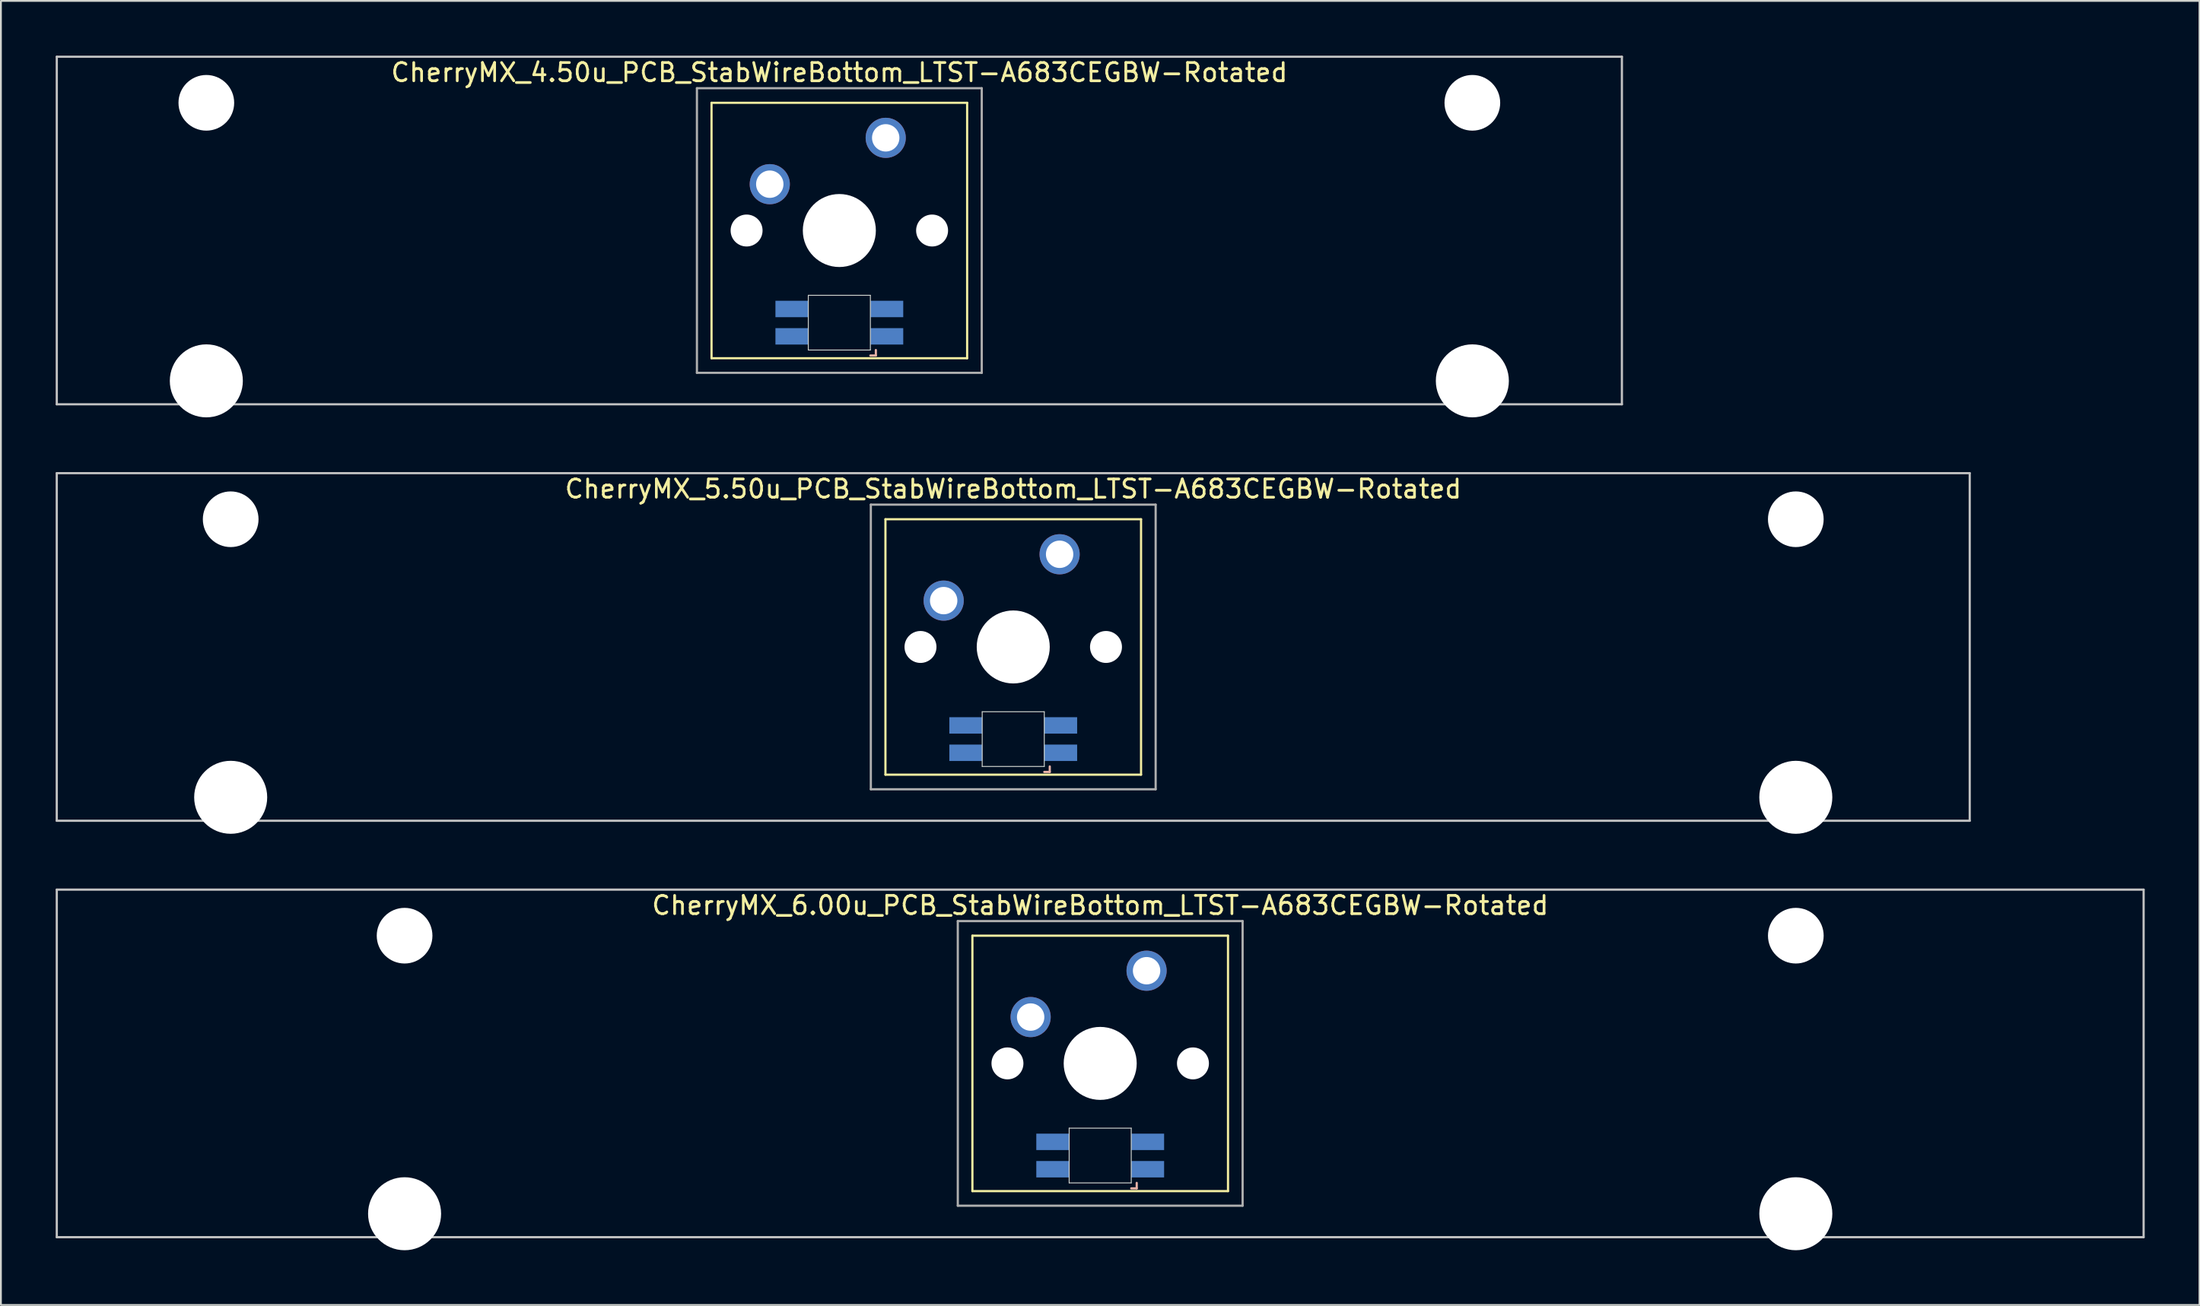
<source format=kicad_pcb>
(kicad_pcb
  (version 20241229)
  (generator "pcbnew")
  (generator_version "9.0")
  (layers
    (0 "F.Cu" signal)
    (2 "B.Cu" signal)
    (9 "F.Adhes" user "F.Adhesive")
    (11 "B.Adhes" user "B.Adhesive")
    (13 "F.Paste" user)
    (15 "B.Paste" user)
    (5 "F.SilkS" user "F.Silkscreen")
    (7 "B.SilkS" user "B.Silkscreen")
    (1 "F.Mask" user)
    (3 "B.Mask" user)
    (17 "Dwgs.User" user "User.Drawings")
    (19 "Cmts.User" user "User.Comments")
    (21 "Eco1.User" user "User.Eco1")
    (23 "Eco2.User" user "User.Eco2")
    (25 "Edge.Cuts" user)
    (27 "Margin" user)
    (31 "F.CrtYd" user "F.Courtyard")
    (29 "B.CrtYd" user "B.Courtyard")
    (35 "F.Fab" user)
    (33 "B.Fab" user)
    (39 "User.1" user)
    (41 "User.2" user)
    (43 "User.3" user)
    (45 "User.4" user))
  (footprint "CherryMX_6.00u_PCB_StabWireBottom_LTST-A683CEGBW-Rotated"
    (layer "F.Cu")
    (at 57.21 55.235)
    (property "Reference" "CherryMX_6.00u_PCB_StabWireBottom_LTST-A683CEGBW-Rotated" (at 0 -8.662 0) (layer "F.SilkS") (effects (font (size 1 1) (thickness 0.15))))
    (attr through_hole)
    (fp_line (start -7 -7) (end -7 7) (stroke (width 0.12) (type solid)) (layer "F.SilkS"))
    (fp_line (start -7 -7) (end 7 -7) (stroke (width 0.12) (type solid)) (layer "F.SilkS"))
    (fp_line (start 7 -7) (end 7 7) (stroke (width 0.12) (type solid)) (layer "F.SilkS"))
    (fp_line (start 7 7) (end -7 7) (stroke (width 0.12) (type solid)) (layer "F.SilkS"))
    (fp_line (start 1.7 6.85) (end 2 6.85) (stroke (width 0.12) (type solid)) (layer "B.SilkS"))
    (fp_line (start 2 6.85) (end 2 6.55) (stroke (width 0.12) (type solid)) (layer "B.SilkS"))
    (fp_line (start -57.15 -9.525) (end 57.15 -9.525) (stroke (width 0.12) (type solid)) (layer "Dwgs.User"))
    (fp_line (start -57.15 9.525) (end -57.15 -9.525) (stroke (width 0.12) (type solid)) (layer "Dwgs.User"))
    (fp_line (start 57.15 -9.525) (end 57.15 9.525) (stroke (width 0.12) (type solid)) (layer "Dwgs.User"))
    (fp_line (start 57.15 9.525) (end -57.15 9.525) (stroke (width 0.12) (type solid)) (layer "Dwgs.User"))
    (fp_line (start -1.7 3.55) (end 1.7 3.55) (stroke (width 0.05) (type solid)) (layer "Edge.Cuts"))
    (fp_line (start -1.7 6.55) (end -1.7 3.55) (stroke (width 0.05) (type solid)) (layer "Edge.Cuts"))
    (fp_line (start 1.7 3.55) (end 1.7 6.55) (stroke (width 0.05) (type solid)) (layer "Edge.Cuts"))
    (fp_line (start 1.7 6.55) (end -1.7 6.55) (stroke (width 0.05) (type solid)) (layer "Edge.Cuts"))
    (fp_line (start -7.8 -7.8) (end -7.8 7.8) (stroke (width 0.12) (type solid)) (layer "F.Fab"))
    (fp_line (start -7.8 -7.8) (end 7.8 -7.8) (stroke (width 0.12) (type solid)) (layer "F.Fab"))
    (fp_line (start -7.8 7.8) (end 7.8 7.8) (stroke (width 0.12) (type solid)) (layer "F.Fab"))
    (fp_line (start 7.8 -7.8) (end 7.8 7.8) (stroke (width 0.12) (type solid)) (layer "F.Fab"))
    (pad "" np_thru_hole circle (at -38.1 -7) (size 3.05 3.05) (drill 3.05) (layers "*.Cu" "*.Mask"))
    (pad "" np_thru_hole circle (at -38.1 8.24) (size 4 4) (drill 4) (layers "*.Cu" "*.Mask"))
    (pad "" np_thru_hole circle (at -5.08 0) (size 1.75 1.75) (drill 1.75) (layers "*.Cu" "*.Mask"))
    (pad "" np_thru_hole circle (at 0 0) (size 4 4) (drill 4) (layers "*.Cu" "*.Mask"))
    (pad "" np_thru_hole circle (at 5.08 0) (size 1.75 1.75) (drill 1.75) (layers "*.Cu" "*.Mask"))
    (pad "" np_thru_hole circle (at 38.1 -7) (size 3.05 3.05) (drill 3.05) (layers "*.Cu" "*.Mask"))
    (pad "" np_thru_hole circle (at 38.1 8.24) (size 4 4) (drill 4) (layers "*.Cu" "*.Mask"))
    (pad "1" thru_hole circle (at -3.81 -2.54) (size 2.2 2.2) (drill 1.5) (layers "*.Cu" "*.Mask"))
    (pad "2" thru_hole circle (at 2.54 -5.08) (size 2.2 2.2) (drill 1.5) (layers "*.Cu" "*.Mask"))
    (pad "3" smd rect (at 2.6 5.8) (size 1.8 0.9) (layers "B.Cu" "B.Mask" "B.Paste"))
    (pad "4" smd rect (at 2.6 4.3) (size 1.8 0.9) (layers "B.Cu" "B.Mask" "B.Paste"))
    (pad "5" smd rect (at -2.6 5.8) (size 1.8 0.9) (layers "B.Cu" "B.Mask" "B.Paste"))
    (pad "6" smd rect (at -2.6 4.3) (size 1.8 0.9) (layers "B.Cu" "B.Mask" "B.Paste")))
  (footprint "CherryMX_5.50u_PCB_StabWireBottom_LTST-A683CEGBW-Rotated"
    (layer "F.Cu")
    (at 52.447 32.41)
    (property "Reference" "CherryMX_5.50u_PCB_StabWireBottom_LTST-A683CEGBW-Rotated" (at 0 -8.662 0) (layer "F.SilkS") (effects (font (size 1 1) (thickness 0.15))))
    (attr through_hole)
    (fp_line (start -7 -7) (end -7 7) (stroke (width 0.12) (type solid)) (layer "F.SilkS"))
    (fp_line (start -7 -7) (end 7 -7) (stroke (width 0.12) (type solid)) (layer "F.SilkS"))
    (fp_line (start 7 -7) (end 7 7) (stroke (width 0.12) (type solid)) (layer "F.SilkS"))
    (fp_line (start 7 7) (end -7 7) (stroke (width 0.12) (type solid)) (layer "F.SilkS"))
    (fp_line (start 1.7 6.85) (end 2 6.85) (stroke (width 0.12) (type solid)) (layer "B.SilkS"))
    (fp_line (start 2 6.85) (end 2 6.55) (stroke (width 0.12) (type solid)) (layer "B.SilkS"))
    (fp_line (start -52.388 -9.525) (end 52.388 -9.525) (stroke (width 0.12) (type solid)) (layer "Dwgs.User"))
    (fp_line (start -52.388 9.525) (end -52.388 -9.525) (stroke (width 0.12) (type solid)) (layer "Dwgs.User"))
    (fp_line (start 52.388 -9.525) (end 52.388 9.525) (stroke (width 0.12) (type solid)) (layer "Dwgs.User"))
    (fp_line (start 52.388 9.525) (end -52.388 9.525) (stroke (width 0.12) (type solid)) (layer "Dwgs.User"))
    (fp_line (start -1.7 3.55) (end 1.7 3.55) (stroke (width 0.05) (type solid)) (layer "Edge.Cuts"))
    (fp_line (start -1.7 6.55) (end -1.7 3.55) (stroke (width 0.05) (type solid)) (layer "Edge.Cuts"))
    (fp_line (start 1.7 3.55) (end 1.7 6.55) (stroke (width 0.05) (type solid)) (layer "Edge.Cuts"))
    (fp_line (start 1.7 6.55) (end -1.7 6.55) (stroke (width 0.05) (type solid)) (layer "Edge.Cuts"))
    (fp_line (start -7.8 -7.8) (end -7.8 7.8) (stroke (width 0.12) (type solid)) (layer "F.Fab"))
    (fp_line (start -7.8 -7.8) (end 7.8 -7.8) (stroke (width 0.12) (type solid)) (layer "F.Fab"))
    (fp_line (start -7.8 7.8) (end 7.8 7.8) (stroke (width 0.12) (type solid)) (layer "F.Fab"))
    (fp_line (start 7.8 -7.8) (end 7.8 7.8) (stroke (width 0.12) (type solid)) (layer "F.Fab"))
    (pad "" np_thru_hole circle (at -42.862 -7) (size 3.05 3.05) (drill 3.05) (layers "*.Cu" "*.Mask"))
    (pad "" np_thru_hole circle (at -42.862 8.24) (size 4 4) (drill 4) (layers "*.Cu" "*.Mask"))
    (pad "" np_thru_hole circle (at -5.08 0) (size 1.75 1.75) (drill 1.75) (layers "*.Cu" "*.Mask"))
    (pad "" np_thru_hole circle (at 0 0) (size 4 4) (drill 4) (layers "*.Cu" "*.Mask"))
    (pad "" np_thru_hole circle (at 5.08 0) (size 1.75 1.75) (drill 1.75) (layers "*.Cu" "*.Mask"))
    (pad "" np_thru_hole circle (at 42.862 -7) (size 3.05 3.05) (drill 3.05) (layers "*.Cu" "*.Mask"))
    (pad "" np_thru_hole circle (at 42.862 8.24) (size 4 4) (drill 4) (layers "*.Cu" "*.Mask"))
    (pad "1" thru_hole circle (at -3.81 -2.54) (size 2.2 2.2) (drill 1.5) (layers "*.Cu" "*.Mask"))
    (pad "2" thru_hole circle (at 2.54 -5.08) (size 2.2 2.2) (drill 1.5) (layers "*.Cu" "*.Mask"))
    (pad "3" smd rect (at 2.6 5.8) (size 1.8 0.9) (layers "B.Cu" "B.Mask" "B.Paste"))
    (pad "4" smd rect (at 2.6 4.3) (size 1.8 0.9) (layers "B.Cu" "B.Mask" "B.Paste"))
    (pad "5" smd rect (at -2.6 5.8) (size 1.8 0.9) (layers "B.Cu" "B.Mask" "B.Paste"))
    (pad "6" smd rect (at -2.6 4.3) (size 1.8 0.9) (layers "B.Cu" "B.Mask" "B.Paste")))
  (footprint "CherryMX_4.50u_PCB_StabWireBottom_LTST-A683CEGBW-Rotated"
    (layer "F.Cu")
    (at 42.922 9.585)
    (property "Reference" "CherryMX_4.50u_PCB_StabWireBottom_LTST-A683CEGBW-Rotated" (at 0 -8.662 0) (layer "F.SilkS") (effects (font (size 1 1) (thickness 0.15))))
    (attr through_hole)
    (fp_line (start -7 -7) (end -7 7) (stroke (width 0.12) (type solid)) (layer "F.SilkS"))
    (fp_line (start -7 -7) (end 7 -7) (stroke (width 0.12) (type solid)) (layer "F.SilkS"))
    (fp_line (start 7 -7) (end 7 7) (stroke (width 0.12) (type solid)) (layer "F.SilkS"))
    (fp_line (start 7 7) (end -7 7) (stroke (width 0.12) (type solid)) (layer "F.SilkS"))
    (fp_line (start 1.7 6.85) (end 2 6.85) (stroke (width 0.12) (type solid)) (layer "B.SilkS"))
    (fp_line (start 2 6.85) (end 2 6.55) (stroke (width 0.12) (type solid)) (layer "B.SilkS"))
    (fp_line (start -42.862 -9.525) (end 42.862 -9.525) (stroke (width 0.12) (type solid)) (layer "Dwgs.User"))
    (fp_line (start -42.862 9.525) (end -42.862 -9.525) (stroke (width 0.12) (type solid)) (layer "Dwgs.User"))
    (fp_line (start 42.862 -9.525) (end 42.862 9.525) (stroke (width 0.12) (type solid)) (layer "Dwgs.User"))
    (fp_line (start 42.862 9.525) (end -42.862 9.525) (stroke (width 0.12) (type solid)) (layer "Dwgs.User"))
    (fp_line (start -1.7 3.55) (end 1.7 3.55) (stroke (width 0.05) (type solid)) (layer "Edge.Cuts"))
    (fp_line (start -1.7 6.55) (end -1.7 3.55) (stroke (width 0.05) (type solid)) (layer "Edge.Cuts"))
    (fp_line (start 1.7 3.55) (end 1.7 6.55) (stroke (width 0.05) (type solid)) (layer "Edge.Cuts"))
    (fp_line (start 1.7 6.55) (end -1.7 6.55) (stroke (width 0.05) (type solid)) (layer "Edge.Cuts"))
    (fp_line (start -7.8 -7.8) (end -7.8 7.8) (stroke (width 0.12) (type solid)) (layer "F.Fab"))
    (fp_line (start -7.8 -7.8) (end 7.8 -7.8) (stroke (width 0.12) (type solid)) (layer "F.Fab"))
    (fp_line (start -7.8 7.8) (end 7.8 7.8) (stroke (width 0.12) (type solid)) (layer "F.Fab"))
    (fp_line (start 7.8 -7.8) (end 7.8 7.8) (stroke (width 0.12) (type solid)) (layer "F.Fab"))
    (pad "" np_thru_hole circle (at -34.671 -7) (size 3.05 3.05) (drill 3.05) (layers "*.Cu" "*.Mask"))
    (pad "" np_thru_hole circle (at -34.671 8.24) (size 4 4) (drill 4) (layers "*.Cu" "*.Mask"))
    (pad "" np_thru_hole circle (at -5.08 0) (size 1.75 1.75) (drill 1.75) (layers "*.Cu" "*.Mask"))
    (pad "" np_thru_hole circle (at 0 0) (size 4 4) (drill 4) (layers "*.Cu" "*.Mask"))
    (pad "" np_thru_hole circle (at 5.08 0) (size 1.75 1.75) (drill 1.75) (layers "*.Cu" "*.Mask"))
    (pad "" np_thru_hole circle (at 34.671 -7) (size 3.05 3.05) (drill 3.05) (layers "*.Cu" "*.Mask"))
    (pad "" np_thru_hole circle (at 34.671 8.24) (size 4 4) (drill 4) (layers "*.Cu" "*.Mask"))
    (pad "1" thru_hole circle (at -3.81 -2.54) (size 2.2 2.2) (drill 1.5) (layers "*.Cu" "*.Mask"))
    (pad "2" thru_hole circle (at 2.54 -5.08) (size 2.2 2.2) (drill 1.5) (layers "*.Cu" "*.Mask"))
    (pad "3" smd rect (at 2.6 5.8) (size 1.8 0.9) (layers "B.Cu" "B.Mask" "B.Paste"))
    (pad "4" smd rect (at 2.6 4.3) (size 1.8 0.9) (layers "B.Cu" "B.Mask" "B.Paste"))
    (pad "5" smd rect (at -2.6 5.8) (size 1.8 0.9) (layers "B.Cu" "B.Mask" "B.Paste"))
    (pad "6" smd rect (at -2.6 4.3) (size 1.8 0.9) (layers "B.Cu" "B.Mask" "B.Paste")))
  (gr_rect
    (start -3 -3)
    (end 117.42 68.475)
    (stroke (width 0.1) (type default))
    (fill no)
    (layer "Edge.Cuts")))
</source>
